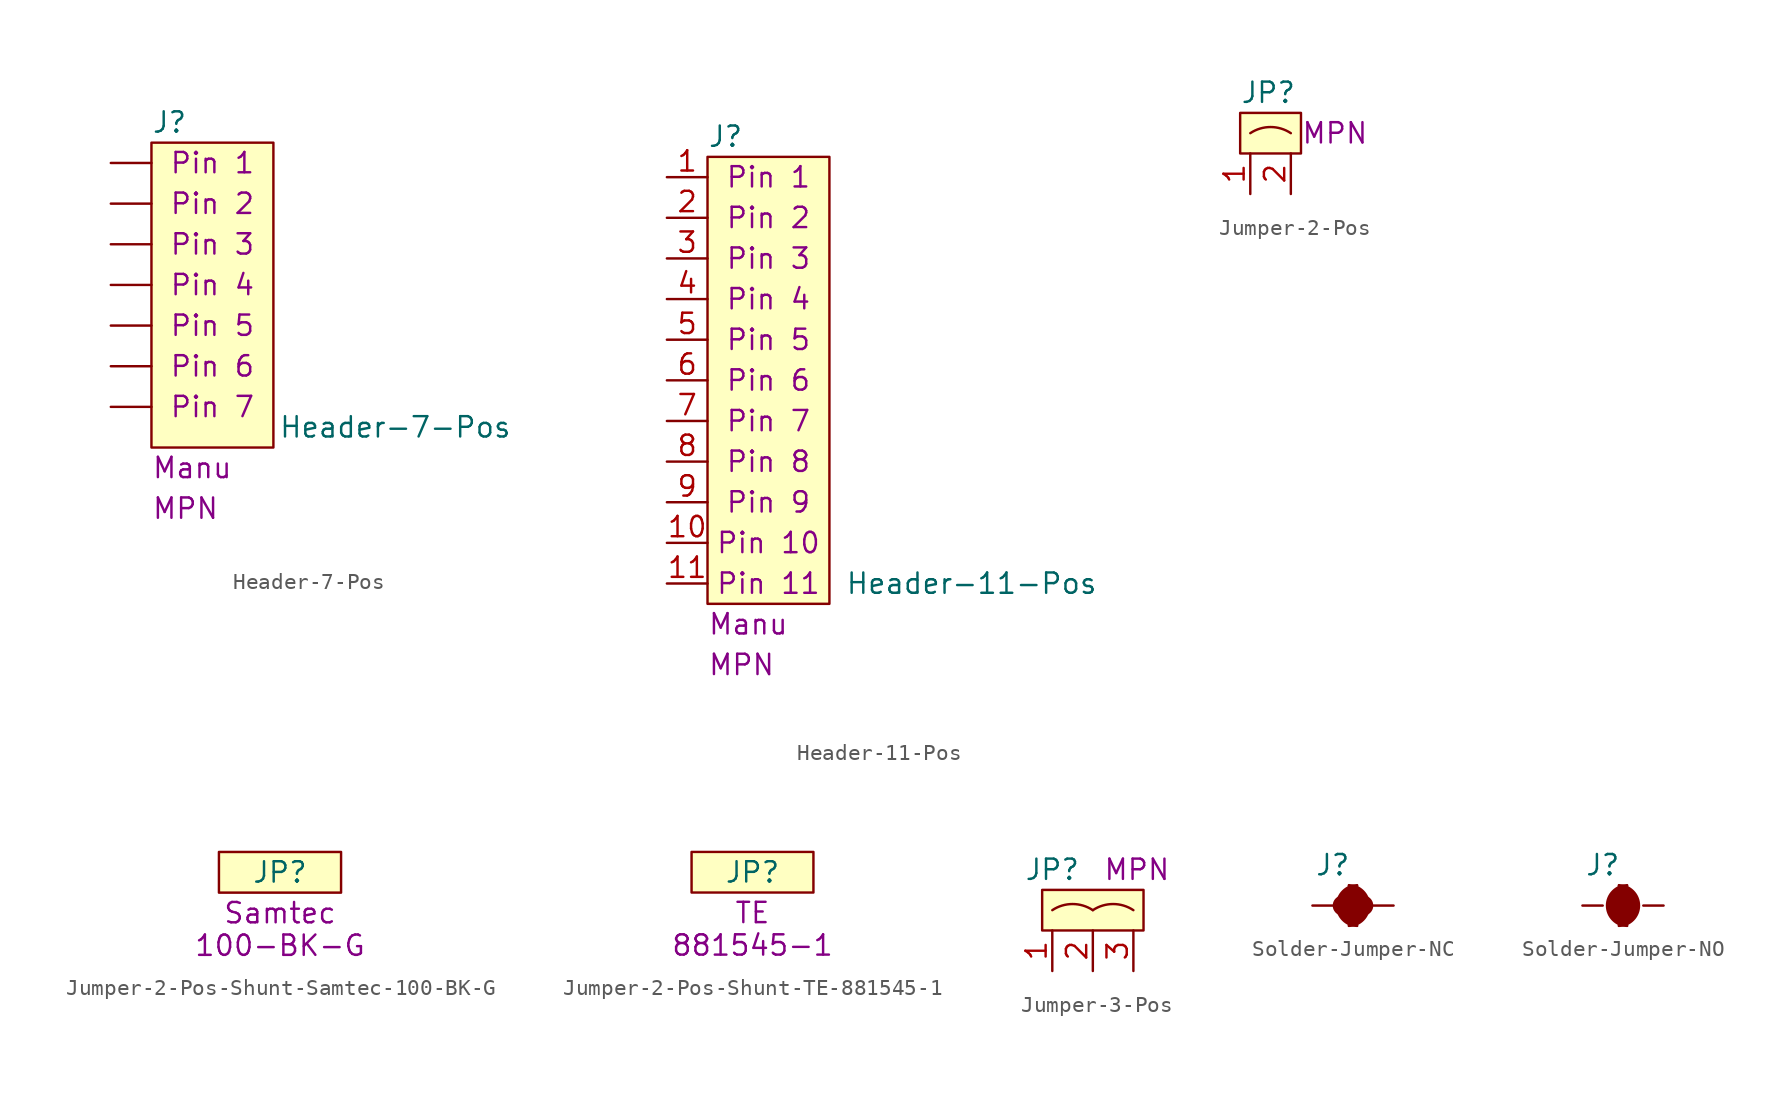
<source format=kicad_sym>
(kicad_symbol_lib
  (version 20211014)
  (generator kicad_symbol_editor)
  (symbol "Header-7-Pos"
    (property "Reference" "J"
      (at 0 10.16 0)
      (effects (font (size 1.27 1.27)) (justify left)))
    (property "Value" "Header-7-Pos"
      (at 15.24 -8.89 0)
      (effects (font (size 1.27 1.27))))
    (property "Manufacturer" "Manu"
      (at 0 -11.43 0)
      (effects (font (size 1.27 1.27)) (justify left)))
    (property "MPN" "MPN"
      (at 0 -13.97 0)
      (effects (font (size 1.27 1.27)) (justify left)))
    (property "PIN1" "Pin 1"
      (at 3.81 7.62 0)
      (effects (font (size 1.27 1.27))))
    (property "PIN2" "Pin 2"
      (at 3.81 5.08 0)
      (effects (font (size 1.27 1.27))))
    (property "PIN3" "Pin 3"
      (at 3.81 2.54 0)
      (effects (font (size 1.27 1.27))))
    (property "PIN4" "Pin 4"
      (at 3.81 0 0)
      (effects (font (size 1.27 1.27))))
    (property "PIN5" "Pin 5"
      (at 3.81 -2.54 0)
      (effects (font (size 1.27 1.27))))
    (property "PIN6" "Pin 6"
      (at 3.81 -5.08 0)
      (effects (font (size 1.27 1.27))))
    (property "PIN7" "Pin 7"
      (at 3.81 -7.62 0)
      (effects (font (size 1.27 1.27))))
    (symbol "Header-7-Pos_0_0"
      (pin unspecified line (at -2.54 -7.62 0) (length 2.54) (name "" (effects (font (size 1.27 1.27)))) (number "" (effects (font (size 1.27 1.27)))))
      (pin unspecified line (at -2.54 -5.08 0) (length 2.54) (name "" (effects (font (size 1.27 1.27)))) (number "" (effects (font (size 1.27 1.27)))))
      (pin unspecified line (at -2.54 -2.54 0) (length 2.54) (name "" (effects (font (size 1.27 1.27)))) (number "" (effects (font (size 1.27 1.27)))))
      (pin unspecified line (at -2.54 0 0) (length 2.54) (name "" (effects (font (size 1.27 1.27)))) (number "" (effects (font (size 1.27 1.27)))))
      (pin unspecified line (at -2.54 2.54 0) (length 2.54) (name "" (effects (font (size 1.27 1.27)))) (number "" (effects (font (size 1.27 1.27)))))
      (pin unspecified line (at -2.54 5.08 0) (length 2.54) (name "" (effects (font (size 1.27 1.27)))) (number "" (effects (font (size 1.27 1.27)))))
      (pin unspecified line (at -2.54 7.62 0) (length 2.54) (name "" (effects (font (size 1.27 1.27)))) (number "" (effects (font (size 1.27 1.27))))))
    (symbol "Header-7-Pos_0_1"
      (rectangle (start 0 8.89) (end 7.62 -10.16) (stroke (width 0.152) (type default) (color 0 0 0 0)) (fill (type background)))))
  (symbol "Header-11-Pos"
    (property "Reference" "J"
      (at 0 15.24 0)
      (effects (font (size 1.27 1.27)) (justify left)))
    (property "Value" "Header-11-Pos"
      (at 16.51 -12.7 0)
      (effects (font (size 1.27 1.27))))
    (property "Manufacturer" "Manu"
      (at 0 -15.24 0)
      (effects (font (size 1.27 1.27)) (justify left)))
    (property "MPN" "MPN"
      (at 0 -17.78 0)
      (effects (font (size 1.27 1.27)) (justify left)))
    (property "PIN1" "Pin 1"
      (at 3.81 12.7 0)
      (effects (font (size 1.27 1.27))))
    (property "PIN2" "Pin 2"
      (at 3.81 10.16 0)
      (effects (font (size 1.27 1.27))))
    (property "PIN3" "Pin 3"
      (at 3.81 7.62 0)
      (effects (font (size 1.27 1.27))))
    (property "PIN4" "Pin 4"
      (at 3.81 5.08 0)
      (effects (font (size 1.27 1.27))))
    (property "PIN5" "Pin 5"
      (at 3.81 2.54 0)
      (effects (font (size 1.27 1.27))))
    (property "PIN6" "Pin 6"
      (at 3.81 0 0)
      (effects (font (size 1.27 1.27))))
    (property "PIN7" "Pin 7"
      (at 3.81 -2.54 0)
      (effects (font (size 1.27 1.27))))
    (property "PIN8" "Pin 8"
      (at 3.81 -5.08 0)
      (effects (font (size 1.27 1.27))))
    (property "PIN9" "Pin 9"
      (at 3.81 -7.62 0)
      (effects (font (size 1.27 1.27))))
    (property "PIN10" "Pin 10"
      (at 3.81 -10.16 0)
      (effects (font (size 1.27 1.27))))
    (property "PIN11" "Pin 11"
      (at 3.81 -12.7 0)
      (effects (font (size 1.27 1.27))))
    (symbol "Header-11-Pos_0_0"
      (pin unspecified line (at -2.54 12.7 0) (length 2.54) (name "" (effects (font (size 1.27 1.27)))) (number "1" (effects (font (size 1.27 1.27)))))
      (pin unspecified line (at -2.54 -10.16 0) (length 2.54) (name "" (effects (font (size 1.27 1.27)))) (number "10" (effects (font (size 1.27 1.27)))))
      (pin unspecified line (at -2.54 -12.7 0) (length 2.54) (name "" (effects (font (size 1.27 1.27)))) (number "11" (effects (font (size 1.27 1.27)))))
      (pin unspecified line (at -2.54 10.16 0) (length 2.54) (name "" (effects (font (size 1.27 1.27)))) (number "2" (effects (font (size 1.27 1.27)))))
      (pin unspecified line (at -2.54 7.62 0) (length 2.54) (name "" (effects (font (size 1.27 1.27)))) (number "3" (effects (font (size 1.27 1.27)))))
      (pin unspecified line (at -2.54 5.08 0) (length 2.54) (name "" (effects (font (size 1.27 1.27)))) (number "4" (effects (font (size 1.27 1.27)))))
      (pin unspecified line (at -2.54 2.54 0) (length 2.54) (name "" (effects (font (size 1.27 1.27)))) (number "5" (effects (font (size 1.27 1.27)))))
      (pin unspecified line (at -2.54 0 0) (length 2.54) (name "" (effects (font (size 1.27 1.27)))) (number "6" (effects (font (size 1.27 1.27)))))
      (pin unspecified line (at -2.54 -2.54 0) (length 2.54) (name "" (effects (font (size 1.27 1.27)))) (number "7" (effects (font (size 1.27 1.27)))))
      (pin unspecified line (at -2.54 -5.08 0) (length 2.54) (name "" (effects (font (size 1.27 1.27)))) (number "8" (effects (font (size 1.27 1.27)))))
      (pin unspecified line (at -2.54 -7.62 0) (length 2.54) (name "" (effects (font (size 1.27 1.27)))) (number "9" (effects (font (size 1.27 1.27))))))
    (symbol "Header-11-Pos_0_1"
      (rectangle (start 0 13.97) (end 7.62 -13.97) (stroke (width 0.152) (type default) (color 0 0 0 0)) (fill (type background)))))
  (symbol "Jumper-2-Pos"
    (pin_names
      (offset 1.016))
    (property "Reference" "JP"
      (at -1.905 2.54 0)
      (effects (font (size 1.27 1.27)) (justify left)))
    (property "MPN" "MPN"
      (at 1.905 0 0)
      (effects (font (size 1.27 1.27)) (justify left)))
    (symbol "Jumper-2-Pos_0_1"
      (polyline (pts (xy -1.905 1.27) (xy 1.905 1.27) (xy 1.905 0) (xy 1.905 -1.27) (xy -1.905 -1.27) (xy -1.905 1.27)) (stroke (width 0) (type default) (color 0 0 0 0)) (fill (type background))))
    (symbol "Jumper-2-Pos_1_1"
      (arc (start 1.27 0) (mid 0 0.3845) (end -1.27 0) (stroke (width 0) (type default) (color 0 0 0 0)) (fill (type none)))
      (pin passive line (at -1.27 -3.81 90) (length 2.54) (name "~" (effects (font (size 1.27 1.27)))) (number "1" (effects (font (size 1.27 1.27)))))
      (pin passive line (at 1.27 -3.81 90) (length 2.54) (name "~" (effects (font (size 1.27 1.27)))) (number "2" (effects (font (size 1.27 1.27)))))))
  (symbol "Jumper-2-Pos-Shunt-Samtec-100-BK-G"
    (pin_numbers hide)
    (pin_names
      (offset 0) hide)
    (property "Reference" "JP"
      (at 0 0 0)
      (effects (font (size 1.27 1.27))))
    (property "Manufacturer" "Samtec"
      (at 0 -2.54 0)
      (effects (font (size 1.27 1.27))))
    (property "MPN" "100-BK-G"
      (at 0 -4.572 0)
      (effects (font (size 1.27 1.27))))
    (symbol "Jumper-2-Pos-Shunt-Samtec-100-BK-G_0_1"
      (polyline (pts (xy -3.81 1.27) (xy 3.81 1.27) (xy 3.81 0) (xy 3.81 -1.27) (xy -3.81 -1.27) (xy -3.81 1.27)) (stroke (width 0) (type default) (color 0 0 0 0)) (fill (type background)))))
  (symbol "Jumper-2-Pos-Shunt-TE-881545-1"
    (pin_numbers hide)
    (pin_names
      (offset 0) hide)
    (property "Reference" "JP"
      (at 0 0 0)
      (effects (font (size 1.27 1.27))))
    (property "Manufacturer" "TE"
      (at 0 -2.54 0)
      (effects (font (size 1.27 1.27))))
    (property "MPN" "881545-1"
      (at 0 -4.572 0)
      (effects (font (size 1.27 1.27))))
    (symbol "Jumper-2-Pos-Shunt-TE-881545-1_0_1"
      (polyline (pts (xy -3.81 1.27) (xy 3.81 1.27) (xy 3.81 0) (xy 3.81 -1.27) (xy -3.81 -1.27) (xy -3.81 1.27)) (stroke (width 0) (type default) (color 0 0 0 0)) (fill (type background)))))
  (symbol "Jumper-3-Pos"
    (pin_names
      (offset 1.016))
    (property "Reference" "JP"
      (at -2.54 3.81 0)
      (effects (font (size 1.27 1.27))))
    (property "MPN" "MPN"
      (at 0.635 3.81 0)
      (effects (font (size 1.27 1.27)) (justify left)))
    (symbol "Jumper-3-Pos_0_1"
      (polyline (pts (xy -3.175 2.54) (xy 3.175 2.54) (xy 3.175 1.27) (xy 3.175 0) (xy -3.175 0) (xy -3.175 2.54)) (stroke (width 0) (type default) (color 0 0 0 0)) (fill (type background)))
      (arc (start 2.54 1.27) (mid 1.27 1.6545) (end 0 1.27) (stroke (width 0) (type default) (color 0 0 0 0)) (fill (type none))))
    (symbol "Jumper-3-Pos_1_1"
      (arc (start 0 1.27) (mid -1.27 1.6545) (end -2.54 1.27) (stroke (width 0) (type default) (color 0 0 0 0)) (fill (type none)))
      (pin passive line (at -2.54 -2.54 90) (length 2.54) (name "~" (effects (font (size 1.27 1.27)))) (number "1" (effects (font (size 1.27 1.27)))))
      (pin passive line (at 0 -2.54 90) (length 2.54) (name "~" (effects (font (size 1.27 1.27)))) (number "2" (effects (font (size 1.27 1.27)))))
      (pin passive line (at 2.54 -2.54 90) (length 2.54) (name "~" (effects (font (size 1.27 1.27)))) (number "3" (effects (font (size 1.27 1.27)))))))
  (symbol "Solder-Jumper-NC"
    (pin_numbers hide)
    (pin_names hide)
    (property "Reference" "J"
      (at -1.27 2.54 0)
      (effects (font (size 1.27 1.27))))
    (symbol "Solder-Jumper-NC_0_0"
      (arc (start -0.254 -1.27) (mid 1.032 0) (end -0.254 1.27) (stroke (width 0) (type default) (color 0 0 0 0)) (fill (type outline)))
      (polyline (pts (xy -0.254 -1.27) (xy -0.254 1.27)) (stroke (width 0) (type default) (color 0 0 0 0)) (fill (type none)))
      (polyline (pts (xy 0.254 1.27) (xy 0.254 -1.27)) (stroke (width 0) (type default) (color 0 0 0 0)) (fill (type none)))
      (polyline (pts (xy 0.635 0) (xy -0.635 0)) (stroke (width 1.27) (type default) (color 0 0 0 0)) (fill (type none)))
      (arc (start 0.254 1.27) (mid -1.032 0) (end 0.254 -1.27) (stroke (width 0) (type default) (color 0 0 0 0)) (fill (type outline))))
    (symbol "Solder-Jumper-NC_1_1"
      (pin passive line (at -2.54 0 0) (length 1.27) (name "" (effects (font (size 1.27 1.27)))) (number "1" (effects (font (size 1.27 1.27)))))
      (pin passive line (at 2.54 0 180) (length 1.27) (name "" (effects (font (size 1.27 1.27)))) (number "2" (effects (font (size 1.27 1.27)))))))
  (symbol "Solder-Jumper-NO"
    (pin_numbers hide)
    (pin_names hide)
    (property "Reference" "J"
      (at -1.27 2.54 0)
      (effects (font (size 1.27 1.27))))
    (symbol "Solder-Jumper-NO_0_0"
      (arc (start -0.254 -1.27) (mid 1.032 0) (end -0.254 1.27) (stroke (width 0) (type default) (color 0 0 0 0)) (fill (type outline)))
      (polyline (pts (xy -0.254 -1.27) (xy -0.254 1.27)) (stroke (width 0) (type default) (color 0 0 0 0)) (fill (type none)))
      (polyline (pts (xy 0.254 1.27) (xy 0.254 -1.27)) (stroke (width 0) (type default) (color 0 0 0 0)) (fill (type none)))
      (arc (start 0.254 1.27) (mid -1.032 0) (end 0.254 -1.27) (stroke (width 0) (type default) (color 0 0 0 0)) (fill (type outline))))
    (symbol "Solder-Jumper-NO_1_1"
      (pin passive line (at -2.54 0 0) (length 1.27) (name "" (effects (font (size 1.27 1.27)))) (number "1" (effects (font (size 1.27 1.27)))))
      (pin passive line (at 2.54 0 180) (length 1.27) (name "" (effects (font (size 1.27 1.27)))) (number "2" (effects (font (size 1.27 1.27))))))))
</source>
